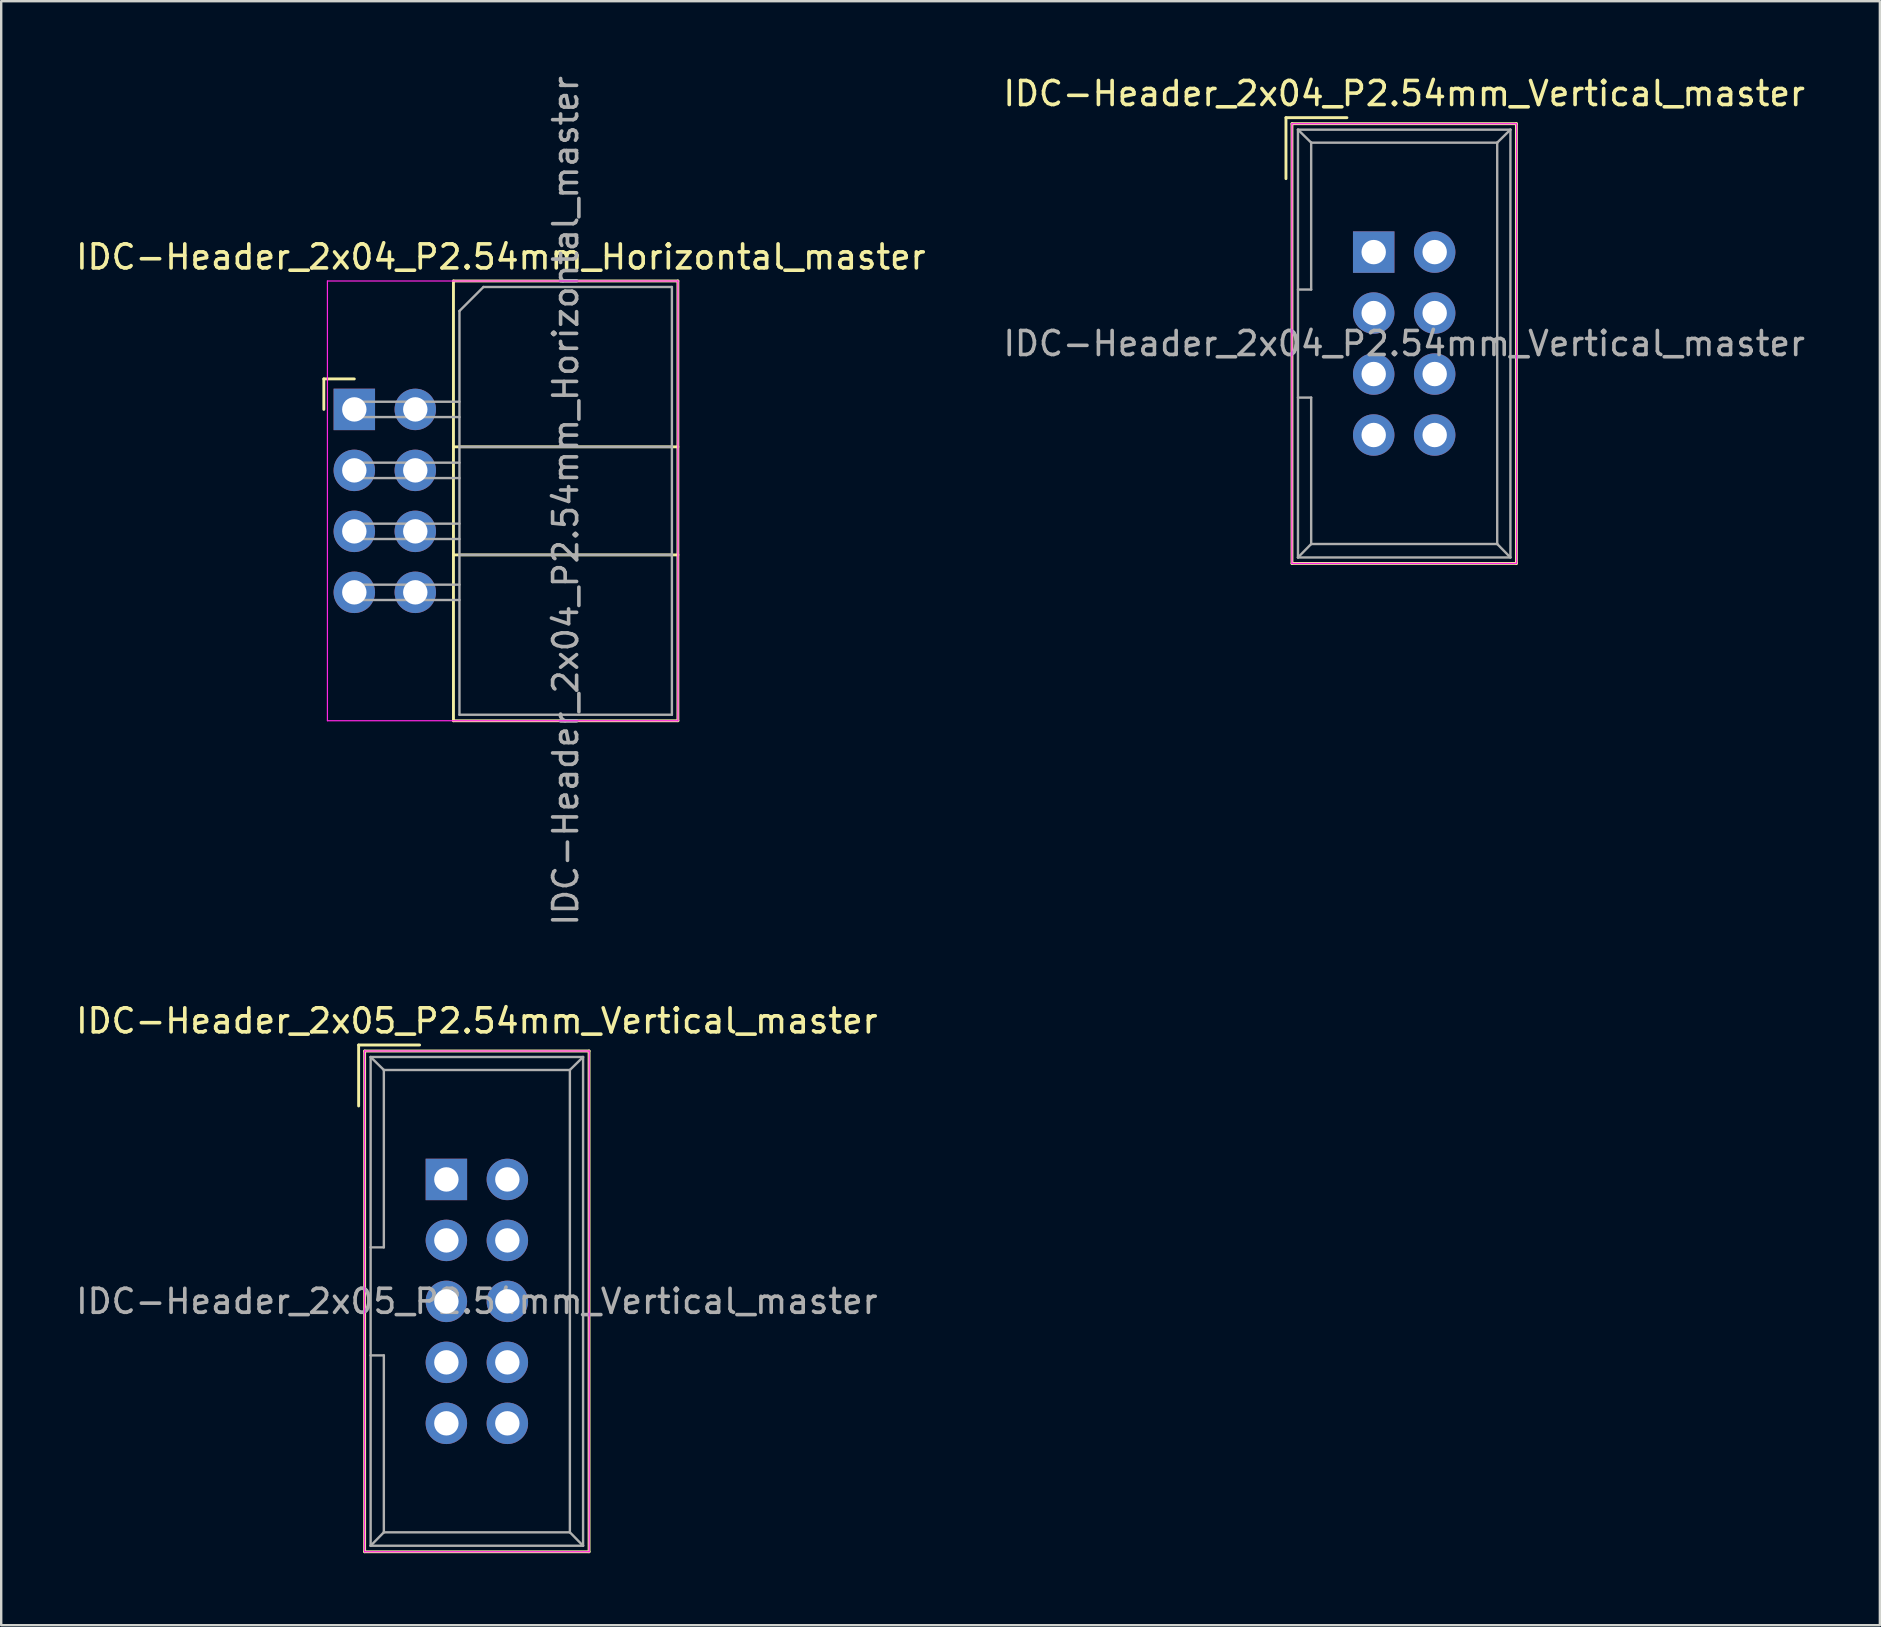
<source format=kicad_pcb>
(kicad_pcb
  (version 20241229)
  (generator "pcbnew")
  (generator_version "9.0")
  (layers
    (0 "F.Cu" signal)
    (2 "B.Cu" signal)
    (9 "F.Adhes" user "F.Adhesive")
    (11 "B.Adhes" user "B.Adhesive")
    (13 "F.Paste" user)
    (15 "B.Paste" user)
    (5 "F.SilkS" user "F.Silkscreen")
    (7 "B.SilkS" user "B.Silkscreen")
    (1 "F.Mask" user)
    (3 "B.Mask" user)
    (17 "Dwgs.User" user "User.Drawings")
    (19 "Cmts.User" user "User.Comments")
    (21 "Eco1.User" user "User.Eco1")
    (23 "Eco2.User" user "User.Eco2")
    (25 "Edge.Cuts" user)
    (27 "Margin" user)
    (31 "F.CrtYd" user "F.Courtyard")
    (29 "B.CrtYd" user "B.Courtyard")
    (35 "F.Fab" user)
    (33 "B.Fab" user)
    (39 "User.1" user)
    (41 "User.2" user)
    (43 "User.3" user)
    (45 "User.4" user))
  (footprint "IDC-Header_2x04_P2.54mm_Vertical_master"
    (layer "F.Cu")
    (at 54.176 7.452)
    (property "Reference" "IDC-Header_2x04_P2.54mm_Vertical_master" (at 1.27 -6.604 0) (layer "F.SilkS") (effects (font (size 1 1) (thickness 0.15))))
    (attr through_hole)
    (fp_line (start -3.655 -5.6) (end -3.655 -3.06) (stroke (width 0.12) (type solid)) (layer "F.SilkS"))
    (fp_line (start -3.655 -5.6) (end -1.115 -5.6) (stroke (width 0.12) (type solid)) (layer "F.SilkS"))
    (fp_line (start -3.405 -5.35) (end 5.945 -5.35) (stroke (width 0.12) (type solid)) (layer "F.SilkS"))
    (fp_line (start -3.405 12.97) (end -3.405 -5.35) (stroke (width 0.12) (type solid)) (layer "F.SilkS"))
    (fp_line (start 5.945 -5.35) (end 5.945 12.97) (stroke (width 0.12) (type solid)) (layer "F.SilkS"))
    (fp_line (start 5.945 12.97) (end -3.405 12.97) (stroke (width 0.12) (type solid)) (layer "F.SilkS"))
    (fp_line (start -3.41 -5.35) (end 5.95 -5.35) (stroke (width 0.05) (type solid)) (layer "F.CrtYd"))
    (fp_line (start -3.41 12.97) (end -3.41 -5.35) (stroke (width 0.05) (type solid)) (layer "F.CrtYd"))
    (fp_line (start 5.95 -5.35) (end 5.95 12.97) (stroke (width 0.05) (type solid)) (layer "F.CrtYd"))
    (fp_line (start 5.95 12.97) (end -3.41 12.97) (stroke (width 0.05) (type solid)) (layer "F.CrtYd"))
    (fp_line (start -3.155 -5.1) (end -3.155 12.72) (stroke (width 0.1) (type solid)) (layer "F.Fab"))
    (fp_line (start -3.155 -5.1) (end -2.605 -4.56) (stroke (width 0.1) (type solid)) (layer "F.Fab"))
    (fp_line (start -3.155 12.72) (end -2.605 12.16) (stroke (width 0.1) (type solid)) (layer "F.Fab"))
    (fp_line (start -2.605 -4.56) (end -2.605 1.56) (stroke (width 0.1) (type solid)) (layer "F.Fab"))
    (fp_line (start -2.605 1.56) (end -3.155 1.56) (stroke (width 0.1) (type solid)) (layer "F.Fab"))
    (fp_line (start -2.605 6.06) (end -3.155 6.06) (stroke (width 0.1) (type solid)) (layer "F.Fab"))
    (fp_line (start -2.605 6.06) (end -2.605 12.16) (stroke (width 0.1) (type solid)) (layer "F.Fab"))
    (fp_line (start 5.145 -4.56) (end -2.605 -4.56) (stroke (width 0.1) (type solid)) (layer "F.Fab"))
    (fp_line (start 5.145 -4.56) (end 5.145 12.16) (stroke (width 0.1) (type solid)) (layer "F.Fab"))
    (fp_line (start 5.145 12.16) (end -2.605 12.16) (stroke (width 0.1) (type solid)) (layer "F.Fab"))
    (fp_line (start 5.695 -5.1) (end -3.155 -5.1) (stroke (width 0.1) (type solid)) (layer "F.Fab"))
    (fp_line (start 5.695 -5.1) (end 5.145 -4.56) (stroke (width 0.1) (type solid)) (layer "F.Fab"))
    (fp_line (start 5.695 -5.1) (end 5.695 12.72) (stroke (width 0.1) (type solid)) (layer "F.Fab"))
    (fp_line (start 5.695 12.72) (end -3.155 12.72) (stroke (width 0.1) (type solid)) (layer "F.Fab"))
    (fp_line (start 5.695 12.72) (end 5.145 12.16) (stroke (width 0.1) (type solid)) (layer "F.Fab"))
    (fp_text user "${REFERENCE}" (at 1.27 3.81 0) (layer "F.Fab") (effects (font (size 1 1) (thickness 0.15))))
    (pad "1" thru_hole rect (at 0 0) (size 1.727 1.727) (drill 1.016) (layers "*.Cu" "*.Mask"))
    (pad "2" thru_hole oval (at 2.54 0) (size 1.727 1.727) (drill 1.016) (layers "*.Cu" "*.Mask"))
    (pad "3" thru_hole oval (at 0 2.54) (size 1.727 1.727) (drill 1.016) (layers "*.Cu" "*.Mask"))
    (pad "4" thru_hole oval (at 2.54 2.54) (size 1.727 1.727) (drill 1.016) (layers "*.Cu" "*.Mask"))
    (pad "5" thru_hole oval (at 0 5.08) (size 1.727 1.727) (drill 1.016) (layers "*.Cu" "*.Mask"))
    (pad "6" thru_hole oval (at 2.54 5.08) (size 1.727 1.727) (drill 1.016) (layers "*.Cu" "*.Mask"))
    (pad "7" thru_hole oval (at 0 7.62) (size 1.727 1.727) (drill 1.016) (layers "*.Cu" "*.Mask"))
    (pad "8" thru_hole oval (at 2.54 7.62) (size 1.727 1.727) (drill 1.016) (layers "*.Cu" "*.Mask")))
  (footprint "IDC-Header_2x05_P2.54mm_Vertical_master"
    (layer "F.Cu")
    (at 15.545 46.083)
    (property "Reference" "IDC-Header_2x05_P2.54mm_Vertical_master" (at 1.27 -6.604 0) (layer "F.SilkS") (effects (font (size 1 1) (thickness 0.15))))
    (attr through_hole)
    (fp_line (start -3.655 -5.6) (end -3.655 -3.06) (stroke (width 0.12) (type solid)) (layer "F.SilkS"))
    (fp_line (start -3.655 -5.6) (end -1.115 -5.6) (stroke (width 0.12) (type solid)) (layer "F.SilkS"))
    (fp_line (start -3.405 -5.35) (end 5.945 -5.35) (stroke (width 0.12) (type solid)) (layer "F.SilkS"))
    (fp_line (start -3.405 15.51) (end -3.405 -5.35) (stroke (width 0.12) (type solid)) (layer "F.SilkS"))
    (fp_line (start 5.945 -5.35) (end 5.945 15.51) (stroke (width 0.12) (type solid)) (layer "F.SilkS"))
    (fp_line (start 5.945 15.51) (end -3.405 15.51) (stroke (width 0.12) (type solid)) (layer "F.SilkS"))
    (fp_line (start -3.41 -5.35) (end 5.95 -5.35) (stroke (width 0.05) (type solid)) (layer "F.CrtYd"))
    (fp_line (start -3.41 15.51) (end -3.41 -5.35) (stroke (width 0.05) (type solid)) (layer "F.CrtYd"))
    (fp_line (start 5.95 -5.35) (end 5.95 15.51) (stroke (width 0.05) (type solid)) (layer "F.CrtYd"))
    (fp_line (start 5.95 15.51) (end -3.41 15.51) (stroke (width 0.05) (type solid)) (layer "F.CrtYd"))
    (fp_line (start -3.155 -5.1) (end -3.155 15.26) (stroke (width 0.1) (type solid)) (layer "F.Fab"))
    (fp_line (start -3.155 -5.1) (end -2.605 -4.56) (stroke (width 0.1) (type solid)) (layer "F.Fab"))
    (fp_line (start -3.155 15.26) (end -2.605 14.7) (stroke (width 0.1) (type solid)) (layer "F.Fab"))
    (fp_line (start -2.605 -4.56) (end -2.605 2.83) (stroke (width 0.1) (type solid)) (layer "F.Fab"))
    (fp_line (start -2.605 2.83) (end -3.155 2.83) (stroke (width 0.1) (type solid)) (layer "F.Fab"))
    (fp_line (start -2.605 7.33) (end -3.155 7.33) (stroke (width 0.1) (type solid)) (layer "F.Fab"))
    (fp_line (start -2.605 7.33) (end -2.605 14.7) (stroke (width 0.1) (type solid)) (layer "F.Fab"))
    (fp_line (start 5.145 -4.56) (end -2.605 -4.56) (stroke (width 0.1) (type solid)) (layer "F.Fab"))
    (fp_line (start 5.145 -4.56) (end 5.145 14.7) (stroke (width 0.1) (type solid)) (layer "F.Fab"))
    (fp_line (start 5.145 14.7) (end -2.605 14.7) (stroke (width 0.1) (type solid)) (layer "F.Fab"))
    (fp_line (start 5.695 -5.1) (end -3.155 -5.1) (stroke (width 0.1) (type solid)) (layer "F.Fab"))
    (fp_line (start 5.695 -5.1) (end 5.145 -4.56) (stroke (width 0.1) (type solid)) (layer "F.Fab"))
    (fp_line (start 5.695 -5.1) (end 5.695 15.26) (stroke (width 0.1) (type solid)) (layer "F.Fab"))
    (fp_line (start 5.695 15.26) (end -3.155 15.26) (stroke (width 0.1) (type solid)) (layer "F.Fab"))
    (fp_line (start 5.695 15.26) (end 5.145 14.7) (stroke (width 0.1) (type solid)) (layer "F.Fab"))
    (fp_text user "${REFERENCE}" (at 1.27 5.08 0) (layer "F.Fab") (effects (font (size 1 1) (thickness 0.15))))
    (pad "1" thru_hole rect (at 0 0) (size 1.727 1.727) (drill 1.016) (layers "*.Cu" "*.Mask"))
    (pad "2" thru_hole oval (at 2.54 0) (size 1.727 1.727) (drill 1.016) (layers "*.Cu" "*.Mask"))
    (pad "3" thru_hole oval (at 0 2.54) (size 1.727 1.727) (drill 1.016) (layers "*.Cu" "*.Mask"))
    (pad "4" thru_hole oval (at 2.54 2.54) (size 1.727 1.727) (drill 1.016) (layers "*.Cu" "*.Mask"))
    (pad "5" thru_hole oval (at 0 5.08) (size 1.727 1.727) (drill 1.016) (layers "*.Cu" "*.Mask"))
    (pad "6" thru_hole oval (at 2.54 5.08) (size 1.727 1.727) (drill 1.016) (layers "*.Cu" "*.Mask"))
    (pad "7" thru_hole oval (at 0 7.62) (size 1.727 1.727) (drill 1.016) (layers "*.Cu" "*.Mask"))
    (pad "8" thru_hole oval (at 2.54 7.62) (size 1.727 1.727) (drill 1.016) (layers "*.Cu" "*.Mask"))
    (pad "9" thru_hole oval (at 0 10.16) (size 1.727 1.727) (drill 1.016) (layers "*.Cu" "*.Mask"))
    (pad "10" thru_hole oval (at 2.54 10.16) (size 1.727 1.727) (drill 1.016) (layers "*.Cu" "*.Mask")))
  (footprint "IDC-Header_2x04_P2.54mm_Horizontal_master"
    (layer "F.Cu")
    (at 11.71 14.005)
    (property "Reference" "IDC-Header_2x04_P2.54mm_Horizontal_master" (at 6.105 -6.35 0) (layer "F.SilkS") (effects (font (size 1 1) (thickness 0.15))))
    (attr through_hole)
    (fp_line (start -1.27 -1.27) (end -1.27 0) (stroke (width 0.12) (type solid)) (layer "F.SilkS"))
    (fp_line (start 0 -1.27) (end -1.27 -1.27) (stroke (width 0.12) (type solid)) (layer "F.SilkS"))
    (fp_line (start 4.13 -5.35) (end 13.48 -5.35) (stroke (width 0.12) (type solid)) (layer "F.SilkS"))
    (fp_line (start 4.13 1.56) (end 13.48 1.56) (stroke (width 0.12) (type solid)) (layer "F.SilkS"))
    (fp_line (start 4.13 6.06) (end 13.48 6.06) (stroke (width 0.12) (type solid)) (layer "F.SilkS"))
    (fp_line (start 4.13 12.97) (end 4.13 -5.35) (stroke (width 0.12) (type solid)) (layer "F.SilkS"))
    (fp_line (start 4.13 12.97) (end 13.48 12.97) (stroke (width 0.12) (type solid)) (layer "F.SilkS"))
    (fp_line (start 13.48 -5.35) (end 13.48 12.97) (stroke (width 0.12) (type solid)) (layer "F.SilkS"))
    (fp_line (start -1.12 -5.35) (end 13.48 -5.35) (stroke (width 0.05) (type solid)) (layer "F.CrtYd"))
    (fp_line (start -1.12 12.97) (end -1.12 -5.35) (stroke (width 0.05) (type solid)) (layer "F.CrtYd"))
    (fp_line (start 13.48 -5.35) (end 13.48 12.97) (stroke (width 0.05) (type solid)) (layer "F.CrtYd"))
    (fp_line (start 13.48 12.97) (end -1.12 12.97) (stroke (width 0.05) (type solid)) (layer "F.CrtYd"))
    (fp_line (start -0.32 -0.32) (end -0.32 0.32) (stroke (width 0.1) (type solid)) (layer "F.Fab"))
    (fp_line (start -0.32 0.32) (end 4.38 0.32) (stroke (width 0.1) (type solid)) (layer "F.Fab"))
    (fp_line (start -0.32 2.22) (end -0.32 2.86) (stroke (width 0.1) (type solid)) (layer "F.Fab"))
    (fp_line (start -0.32 2.86) (end 4.38 2.86) (stroke (width 0.1) (type solid)) (layer "F.Fab"))
    (fp_line (start -0.32 4.76) (end -0.32 5.4) (stroke (width 0.1) (type solid)) (layer "F.Fab"))
    (fp_line (start -0.32 5.4) (end 4.38 5.4) (stroke (width 0.1) (type solid)) (layer "F.Fab"))
    (fp_line (start -0.32 7.3) (end -0.32 7.94) (stroke (width 0.1) (type solid)) (layer "F.Fab"))
    (fp_line (start -0.32 7.94) (end 4.38 7.94) (stroke (width 0.1) (type solid)) (layer "F.Fab"))
    (fp_line (start 4.38 -4.1) (end 5.38 -5.1) (stroke (width 0.1) (type solid)) (layer "F.Fab"))
    (fp_line (start 4.38 -0.32) (end -0.32 -0.32) (stroke (width 0.1) (type solid)) (layer "F.Fab"))
    (fp_line (start 4.38 1.56) (end 13.23 1.56) (stroke (width 0.1) (type solid)) (layer "F.Fab"))
    (fp_line (start 4.38 2.22) (end -0.32 2.22) (stroke (width 0.1) (type solid)) (layer "F.Fab"))
    (fp_line (start 4.38 4.76) (end -0.32 4.76) (stroke (width 0.1) (type solid)) (layer "F.Fab"))
    (fp_line (start 4.38 6.06) (end 13.23 6.06) (stroke (width 0.1) (type solid)) (layer "F.Fab"))
    (fp_line (start 4.38 7.3) (end -0.32 7.3) (stroke (width 0.1) (type solid)) (layer "F.Fab"))
    (fp_line (start 4.38 12.72) (end 4.38 -4.1) (stroke (width 0.1) (type solid)) (layer "F.Fab"))
    (fp_line (start 4.38 12.72) (end 13.23 12.72) (stroke (width 0.1) (type solid)) (layer "F.Fab"))
    (fp_line (start 5.38 -5.1) (end 13.23 -5.1) (stroke (width 0.1) (type solid)) (layer "F.Fab"))
    (fp_line (start 13.23 12.72) (end 13.23 -5.1) (stroke (width 0.1) (type solid)) (layer "F.Fab"))
    (fp_text user "${REFERENCE}" (at 8.805 3.81 90) (layer "F.Fab") (effects (font (size 1 1) (thickness 0.15))))
    (pad "1" thru_hole rect (at 0 0) (size 1.727 1.727) (drill 1.016) (layers "*.Cu" "*.Mask"))
    (pad "2" thru_hole oval (at 2.54 0) (size 1.727 1.727) (drill 1.016) (layers "*.Cu" "*.Mask"))
    (pad "3" thru_hole oval (at 0 2.54) (size 1.727 1.727) (drill 1.016) (layers "*.Cu" "*.Mask"))
    (pad "4" thru_hole oval (at 2.54 2.54) (size 1.727 1.727) (drill 1.016) (layers "*.Cu" "*.Mask"))
    (pad "5" thru_hole oval (at 0 5.08) (size 1.727 1.727) (drill 1.016) (layers "*.Cu" "*.Mask"))
    (pad "6" thru_hole oval (at 2.54 5.08) (size 1.727 1.727) (drill 1.016) (layers "*.Cu" "*.Mask"))
    (pad "7" thru_hole oval (at 0 7.62) (size 1.727 1.727) (drill 1.016) (layers "*.Cu" "*.Mask"))
    (pad "8" thru_hole oval (at 2.54 7.62) (size 1.727 1.727) (drill 1.016) (layers "*.Cu" "*.Mask")))
  (gr_rect
    (start -3 -3)
    (end 75.262 64.653)
    (stroke (width 0.1) (type default))
    (fill no)
    (layer "Edge.Cuts")))
</source>
